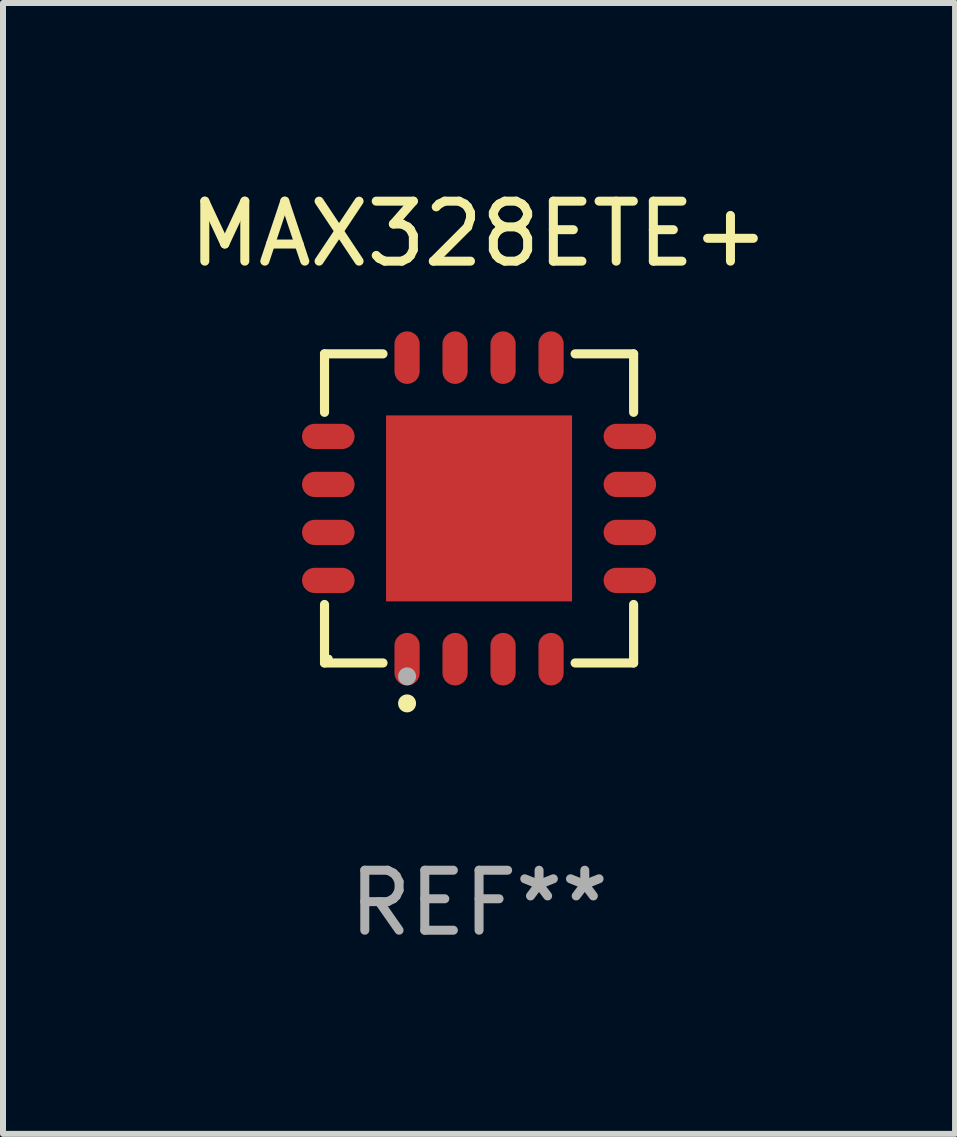
<source format=kicad_pcb>
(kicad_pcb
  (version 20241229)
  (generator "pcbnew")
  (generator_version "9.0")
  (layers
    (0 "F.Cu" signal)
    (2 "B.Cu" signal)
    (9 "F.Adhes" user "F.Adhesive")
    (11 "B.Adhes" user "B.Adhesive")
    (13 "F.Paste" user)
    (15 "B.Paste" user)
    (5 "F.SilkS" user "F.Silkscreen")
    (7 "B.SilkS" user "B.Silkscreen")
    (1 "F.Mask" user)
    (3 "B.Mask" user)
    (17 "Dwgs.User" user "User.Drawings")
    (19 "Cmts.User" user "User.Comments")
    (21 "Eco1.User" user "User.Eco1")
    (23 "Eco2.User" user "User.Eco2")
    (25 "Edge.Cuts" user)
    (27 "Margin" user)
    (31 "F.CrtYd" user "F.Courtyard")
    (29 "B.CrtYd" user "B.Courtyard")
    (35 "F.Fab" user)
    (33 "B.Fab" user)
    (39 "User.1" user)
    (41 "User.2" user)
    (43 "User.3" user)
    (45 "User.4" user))
  (footprint "MAX328ETE+"
    (layer "F.Cu")
    (at 4.935 5.424)
    (property "Reference" "MAX328ETE+" (at 0 -4.576 0) (layer "F.SilkS") (effects (font (size 1 1) (thickness 0.15))))
    (attr through_hole)
    (fp_line (start -2.576 -2.576) (end -1.601 -2.576) (stroke (width 0.152) (type solid)) (layer "F.SilkS"))
    (fp_line (start -2.576 -1.601) (end -2.576 -2.576) (stroke (width 0.152) (type solid)) (layer "F.SilkS"))
    (fp_line (start -2.576 1.601) (end -2.576 2.576) (stroke (width 0.152) (type solid)) (layer "F.SilkS"))
    (fp_line (start -2.576 2.576) (end -1.601 2.576) (stroke (width 0.152) (type solid)) (layer "F.SilkS"))
    (fp_line (start 2.576 -2.576) (end 1.601 -2.576) (stroke (width 0.152) (type solid)) (layer "F.SilkS"))
    (fp_line (start 2.576 -1.601) (end 2.576 -2.576) (stroke (width 0.152) (type solid)) (layer "F.SilkS"))
    (fp_line (start 2.576 1.601) (end 2.576 2.576) (stroke (width 0.152) (type solid)) (layer "F.SilkS"))
    (fp_line (start 2.576 2.576) (end 1.601 2.576) (stroke (width 0.152) (type solid)) (layer "F.SilkS"))
    (fp_circle (center -2.5 2.5) (end -2.47 2.5) (stroke (width 0.06) (type solid)) (fill no) (layer "F.SilkS"))
    (fp_circle (center -1.2 3.25) (end -1.125 3.25) (stroke (width 0.15) (type solid)) (fill no) (layer "F.SilkS"))
    (fp_circle (center -1.2 2.8) (end -1.125 2.8) (stroke (width 0.15) (type solid)) (fill no) (layer "F.Fab"))
    (fp_text user "REF**" (at 0 6.576 0) (layer "F.Fab") (effects (font (size 1 1) (thickness 0.15))))
    (pad "1" smd oval (at -1.2 2.513) (size 0.42 0.875) (layers "F.Cu" "F.Mask" "F.Paste"))
    (pad "2" smd oval (at -0.4 2.513) (size 0.42 0.875) (layers "F.Cu" "F.Mask" "F.Paste"))
    (pad "3" smd oval (at 0.4 2.513) (size 0.42 0.875) (layers "F.Cu" "F.Mask" "F.Paste"))
    (pad "4" smd oval (at 1.2 2.513) (size 0.42 0.875) (layers "F.Cu" "F.Mask" "F.Paste"))
    (pad "5" smd oval (at 2.513 1.2) (size 0.875 0.42) (layers "F.Cu" "F.Mask" "F.Paste"))
    (pad "6" smd oval (at 2.513 0.4) (size 0.875 0.42) (layers "F.Cu" "F.Mask" "F.Paste"))
    (pad "7" smd oval (at 2.513 -0.4) (size 0.875 0.42) (layers "F.Cu" "F.Mask" "F.Paste"))
    (pad "8" smd oval (at 2.513 -1.2) (size 0.875 0.42) (layers "F.Cu" "F.Mask" "F.Paste"))
    (pad "9" smd oval (at 1.2 -2.513) (size 0.42 0.875) (layers "F.Cu" "F.Mask" "F.Paste"))
    (pad "10" smd oval (at 0.4 -2.513) (size 0.42 0.875) (layers "F.Cu" "F.Mask" "F.Paste"))
    (pad "11" smd oval (at -0.4 -2.513) (size 0.42 0.875) (layers "F.Cu" "F.Mask" "F.Paste"))
    (pad "12" smd oval (at -1.2 -2.513) (size 0.42 0.875) (layers "F.Cu" "F.Mask" "F.Paste"))
    (pad "13" smd oval (at -2.513 -1.2) (size 0.875 0.42) (layers "F.Cu" "F.Mask" "F.Paste"))
    (pad "14" smd oval (at -2.513 -0.4) (size 0.875 0.42) (layers "F.Cu" "F.Mask" "F.Paste"))
    (pad "15" smd oval (at -2.513 0.4) (size 0.875 0.42) (layers "F.Cu" "F.Mask" "F.Paste"))
    (pad "16" smd oval (at -2.513 1.2) (size 0.875 0.42) (layers "F.Cu" "F.Mask" "F.Paste"))
    (pad "17" smd rect (at 0 0) (size 3.1 3.1) (layers "F.Cu" "F.Mask" "F.Paste")))
  (gr_rect
    (start -3 -3)
    (end 12.869 15.849)
    (stroke (width 0.1) (type default))
    (fill no)
    (layer "Edge.Cuts")))
</source>
